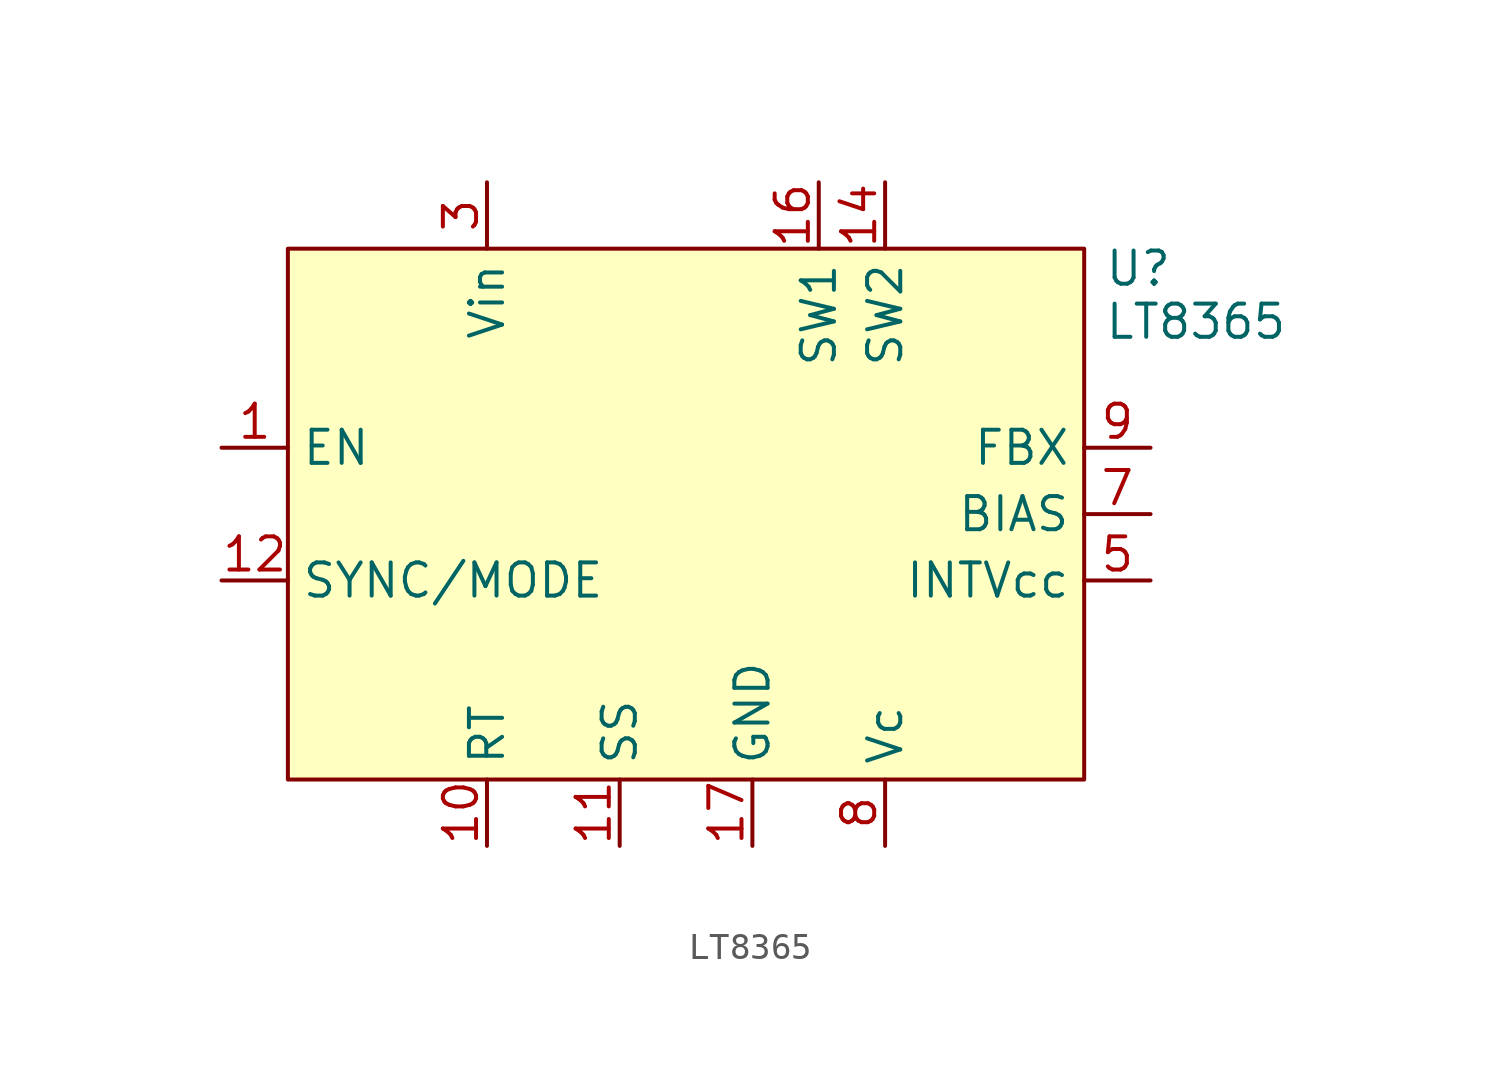
<source format=kicad_sym>
(kicad_symbol_lib
  (version 20241209)
  (generator "kicad_symbol_editor")
  (generator_version "9.0")
  (symbol "LT8365"
    (property "Reference" "U"
      (at 16.002 9.398 0)
      (effects (font (size 1.27 1.27)) (justify left)))
    (property "Value" "LT8365"
      (at 16.002 7.366 0)
      (effects (font (size 1.27 1.27)) (justify left)))
    (symbol "LT8365_1_1"
      (rectangle (start -15.24 10.16) (end 15.24 -10.16) (stroke (width 0) (type solid)) (fill (type background)))
      (pin input line (at -17.78 2.54 0) (length 2.54) (name "EN" (effects (font (size 1.27 1.27)))) (number "1" (effects (font (size 1.27 1.27)))))
      (pin input line (at -17.78 -2.54 0) (length 2.54) (name "SYNC/MODE" (effects (font (size 1.27 1.27)))) (number "12" (effects (font (size 1.27 1.27)))))
      (pin input line (at -7.62 12.7 270) (length 2.54) (name "Vin" (effects (font (size 1.27 1.27)))) (number "3" (effects (font (size 1.27 1.27)))))
      (pin input line (at -7.62 -12.7 90) (length 2.54) (name "RT" (effects (font (size 1.27 1.27)))) (number "10" (effects (font (size 1.27 1.27)))))
      (pin input line (at -2.54 -12.7 90) (length 2.54) (name "SS" (effects (font (size 1.27 1.27)))) (number "11" (effects (font (size 1.27 1.27)))))
      (pin input line (at 2.54 -12.7 90) (length 2.54) (name "GND" (effects (font (size 1.27 1.27)))) (number "17" (effects (font (size 1.27 1.27)))))
      (pin input line (at 5.08 12.7 270) (length 2.54) (name "SW1" (effects (font (size 1.27 1.27)))) (number "16" (effects (font (size 1.27 1.27)))))
      (pin input line (at 7.62 12.7 270) (length 2.54) (name "SW2" (effects (font (size 1.27 1.27)))) (number "14" (effects (font (size 1.27 1.27)))))
      (pin input line (at 7.62 -12.7 90) (length 2.54) (name "Vc" (effects (font (size 1.27 1.27)))) (number "8" (effects (font (size 1.27 1.27)))))
      (pin input line (at 17.78 2.54 180) (length 2.54) (name "FBX" (effects (font (size 1.27 1.27)))) (number "9" (effects (font (size 1.27 1.27)))))
      (pin input line (at 17.78 0 180) (length 2.54) (name "BIAS" (effects (font (size 1.27 1.27)))) (number "7" (effects (font (size 1.27 1.27)))))
      (pin input line (at 17.78 -2.54 180) (length 2.54) (name "INTVcc" (effects (font (size 1.27 1.27)))) (number "5" (effects (font (size 1.27 1.27))))))))
</source>
